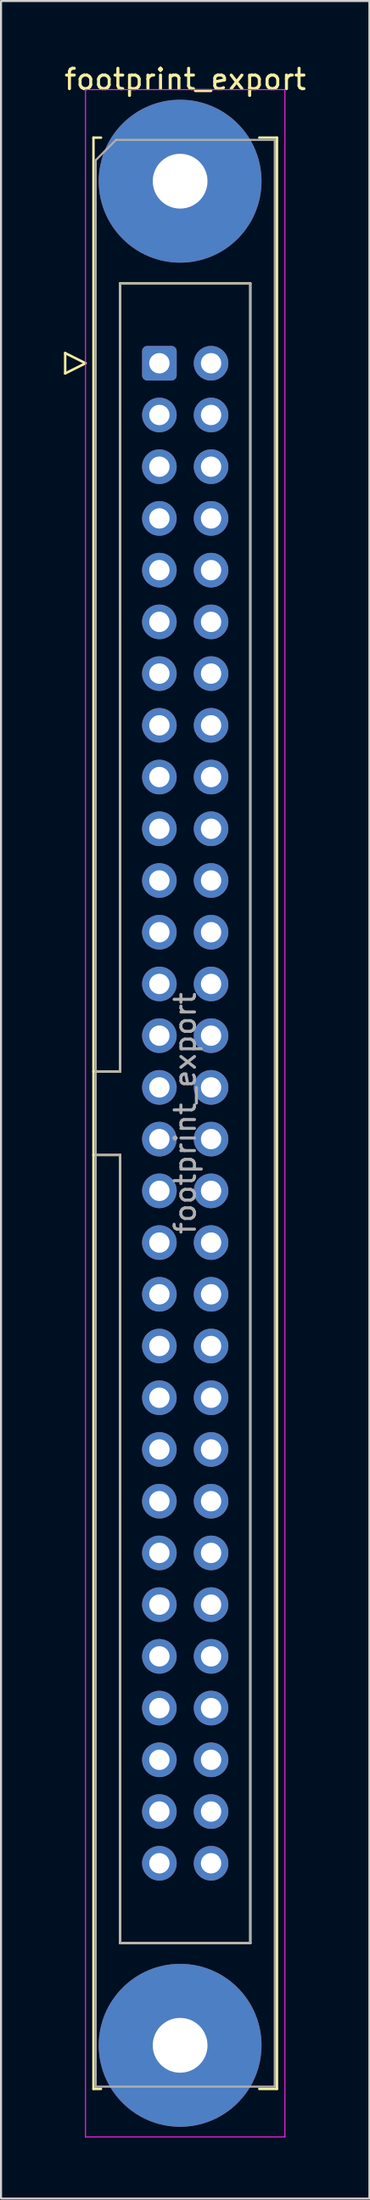
<source format=kicad_pcb>
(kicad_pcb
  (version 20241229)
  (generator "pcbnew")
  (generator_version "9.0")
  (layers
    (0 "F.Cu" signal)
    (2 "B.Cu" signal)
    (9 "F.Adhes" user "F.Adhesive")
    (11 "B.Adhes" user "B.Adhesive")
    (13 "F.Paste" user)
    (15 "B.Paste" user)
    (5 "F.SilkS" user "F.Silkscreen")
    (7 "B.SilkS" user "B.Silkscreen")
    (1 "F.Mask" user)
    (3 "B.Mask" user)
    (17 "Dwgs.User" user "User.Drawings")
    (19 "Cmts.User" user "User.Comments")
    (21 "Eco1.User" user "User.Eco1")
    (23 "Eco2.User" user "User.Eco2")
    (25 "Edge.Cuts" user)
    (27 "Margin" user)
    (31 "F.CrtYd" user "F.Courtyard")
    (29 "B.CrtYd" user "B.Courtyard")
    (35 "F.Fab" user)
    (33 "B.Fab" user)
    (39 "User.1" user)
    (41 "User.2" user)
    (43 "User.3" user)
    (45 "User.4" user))
  (footprint "footprint_export"
    (layer "F.Cu")
    (at 4.784 14.788)
    (property "Reference" "footprint_export" (at 1.27 -13.94 0) (layer "F.SilkS") (effects (font (size 1 1) (thickness 0.15))))
    (attr through_hole)
    (fp_line (start -4.63 -0.5) (end -4.63 0.5) (stroke (width 0.12) (type solid)) (layer "F.SilkS"))
    (fp_line (start -4.63 0.5) (end -3.63 0) (stroke (width 0.12) (type solid)) (layer "F.SilkS"))
    (fp_line (start -3.63 0) (end -4.63 -0.5) (stroke (width 0.12) (type solid)) (layer "F.SilkS"))
    (fp_line (start -3.24 -11.08) (end -3.24 84.74) (stroke (width 0.12) (type solid)) (layer "F.SilkS"))
    (fp_line (start -3.24 34.78) (end -1.93 34.78) (stroke (width 0.12) (type solid)) (layer "F.SilkS"))
    (fp_line (start -3.24 84.74) (end -2.87 84.74) (stroke (width 0.12) (type solid)) (layer "F.SilkS"))
    (fp_line (start -2.87 -11.08) (end -3.24 -11.08) (stroke (width 0.12) (type solid)) (layer "F.SilkS"))
    (fp_line (start -1.93 -3.92) (end 4.47 -3.92) (stroke (width 0.12) (type solid)) (layer "F.SilkS"))
    (fp_line (start -1.93 34.78) (end -1.93 -3.92) (stroke (width 0.12) (type solid)) (layer "F.SilkS"))
    (fp_line (start -1.93 38.88) (end -3.24 38.88) (stroke (width 0.12) (type solid)) (layer "F.SilkS"))
    (fp_line (start -1.93 38.88) (end -1.93 38.88) (stroke (width 0.12) (type solid)) (layer "F.SilkS"))
    (fp_line (start -1.93 77.58) (end -1.93 38.88) (stroke (width 0.12) (type solid)) (layer "F.SilkS"))
    (fp_line (start 4.47 -3.92) (end 4.47 77.58) (stroke (width 0.12) (type solid)) (layer "F.SilkS"))
    (fp_line (start 4.47 77.58) (end -1.93 77.58) (stroke (width 0.12) (type solid)) (layer "F.SilkS"))
    (fp_line (start 4.91 -11.08) (end 5.78 -11.08) (stroke (width 0.12) (type solid)) (layer "F.SilkS"))
    (fp_line (start 5.78 -11.08) (end 5.78 84.74) (stroke (width 0.12) (type solid)) (layer "F.SilkS"))
    (fp_line (start 5.78 84.74) (end 4.91 84.74) (stroke (width 0.12) (type solid)) (layer "F.SilkS"))
    (fp_line (start -3.63 -13.44) (end -3.63 87.1) (stroke (width 0.05) (type solid)) (layer "F.CrtYd"))
    (fp_line (start -3.63 87.1) (end 6.17 87.1) (stroke (width 0.05) (type solid)) (layer "F.CrtYd"))
    (fp_line (start 6.17 -13.44) (end -3.63 -13.44) (stroke (width 0.05) (type solid)) (layer "F.CrtYd"))
    (fp_line (start 6.17 87.1) (end 6.17 -13.44) (stroke (width 0.05) (type solid)) (layer "F.CrtYd"))
    (fp_line (start -3.13 -9.97) (end -2.13 -10.97) (stroke (width 0.1) (type solid)) (layer "F.Fab"))
    (fp_line (start -3.13 34.78) (end -1.93 34.78) (stroke (width 0.1) (type solid)) (layer "F.Fab"))
    (fp_line (start -3.13 84.63) (end -3.13 -9.97) (stroke (width 0.1) (type solid)) (layer "F.Fab"))
    (fp_line (start -2.13 -10.97) (end 5.67 -10.97) (stroke (width 0.1) (type solid)) (layer "F.Fab"))
    (fp_line (start -1.93 -3.92) (end 4.47 -3.92) (stroke (width 0.1) (type solid)) (layer "F.Fab"))
    (fp_line (start -1.93 34.78) (end -1.93 -3.92) (stroke (width 0.1) (type solid)) (layer "F.Fab"))
    (fp_line (start -1.93 38.88) (end -3.13 38.88) (stroke (width 0.1) (type solid)) (layer "F.Fab"))
    (fp_line (start -1.93 38.88) (end -1.93 38.88) (stroke (width 0.1) (type solid)) (layer "F.Fab"))
    (fp_line (start -1.93 77.58) (end -1.93 38.88) (stroke (width 0.1) (type solid)) (layer "F.Fab"))
    (fp_line (start 4.47 -3.92) (end 4.47 77.58) (stroke (width 0.1) (type solid)) (layer "F.Fab"))
    (fp_line (start 4.47 77.58) (end -1.93 77.58) (stroke (width 0.1) (type solid)) (layer "F.Fab"))
    (fp_line (start 5.67 -10.97) (end 5.67 84.63) (stroke (width 0.1) (type solid)) (layer "F.Fab"))
    (fp_line (start 5.67 84.63) (end -3.13 84.63) (stroke (width 0.1) (type solid)) (layer "F.Fab"))
    (fp_text user "${REFERENCE}" (at 1.27 36.83 90) (layer "F.Fab") (effects (font (size 1 1) (thickness 0.15))))
    (pad "1" thru_hole roundrect (at 0 0) (size 1.7 1.7) (drill 1) (layers "*.Cu" "*.Mask") (roundrect_rratio 0.147))
    (pad "2" thru_hole circle (at 2.54 0) (size 1.7 1.7) (drill 1) (layers "*.Cu" "*.Mask"))
    (pad "3" thru_hole circle (at 0 2.54) (size 1.7 1.7) (drill 1) (layers "*.Cu" "*.Mask"))
    (pad "4" thru_hole circle (at 2.54 2.54) (size 1.7 1.7) (drill 1) (layers "*.Cu" "*.Mask"))
    (pad "5" thru_hole circle (at 0 5.08) (size 1.7 1.7) (drill 1) (layers "*.Cu" "*.Mask"))
    (pad "6" thru_hole circle (at 2.54 5.08) (size 1.7 1.7) (drill 1) (layers "*.Cu" "*.Mask"))
    (pad "7" thru_hole circle (at 0 7.62) (size 1.7 1.7) (drill 1) (layers "*.Cu" "*.Mask"))
    (pad "8" thru_hole circle (at 2.54 7.62) (size 1.7 1.7) (drill 1) (layers "*.Cu" "*.Mask"))
    (pad "9" thru_hole circle (at 0 10.16) (size 1.7 1.7) (drill 1) (layers "*.Cu" "*.Mask"))
    (pad "10" thru_hole circle (at 2.54 10.16) (size 1.7 1.7) (drill 1) (layers "*.Cu" "*.Mask"))
    (pad "11" thru_hole circle (at 0 12.7) (size 1.7 1.7) (drill 1) (layers "*.Cu" "*.Mask"))
    (pad "12" thru_hole circle (at 2.54 12.7) (size 1.7 1.7) (drill 1) (layers "*.Cu" "*.Mask"))
    (pad "13" thru_hole circle (at 0 15.24) (size 1.7 1.7) (drill 1) (layers "*.Cu" "*.Mask"))
    (pad "14" thru_hole circle (at 2.54 15.24) (size 1.7 1.7) (drill 1) (layers "*.Cu" "*.Mask"))
    (pad "15" thru_hole circle (at 0 17.78) (size 1.7 1.7) (drill 1) (layers "*.Cu" "*.Mask"))
    (pad "16" thru_hole circle (at 2.54 17.78) (size 1.7 1.7) (drill 1) (layers "*.Cu" "*.Mask"))
    (pad "17" thru_hole circle (at 0 20.32) (size 1.7 1.7) (drill 1) (layers "*.Cu" "*.Mask"))
    (pad "18" thru_hole circle (at 2.54 20.32) (size 1.7 1.7) (drill 1) (layers "*.Cu" "*.Mask"))
    (pad "19" thru_hole circle (at 0 22.86) (size 1.7 1.7) (drill 1) (layers "*.Cu" "*.Mask"))
    (pad "20" thru_hole circle (at 2.54 22.86) (size 1.7 1.7) (drill 1) (layers "*.Cu" "*.Mask"))
    (pad "21" thru_hole circle (at 0 25.4) (size 1.7 1.7) (drill 1) (layers "*.Cu" "*.Mask"))
    (pad "22" thru_hole circle (at 2.54 25.4) (size 1.7 1.7) (drill 1) (layers "*.Cu" "*.Mask"))
    (pad "23" thru_hole circle (at 0 27.94) (size 1.7 1.7) (drill 1) (layers "*.Cu" "*.Mask"))
    (pad "24" thru_hole circle (at 2.54 27.94) (size 1.7 1.7) (drill 1) (layers "*.Cu" "*.Mask"))
    (pad "25" thru_hole circle (at 0 30.48) (size 1.7 1.7) (drill 1) (layers "*.Cu" "*.Mask"))
    (pad "26" thru_hole circle (at 2.54 30.48) (size 1.7 1.7) (drill 1) (layers "*.Cu" "*.Mask"))
    (pad "27" thru_hole circle (at 0 33.02) (size 1.7 1.7) (drill 1) (layers "*.Cu" "*.Mask"))
    (pad "28" thru_hole circle (at 2.54 33.02) (size 1.7 1.7) (drill 1) (layers "*.Cu" "*.Mask"))
    (pad "29" thru_hole circle (at 0 35.56) (size 1.7 1.7) (drill 1) (layers "*.Cu" "*.Mask"))
    (pad "30" thru_hole circle (at 2.54 35.56) (size 1.7 1.7) (drill 1) (layers "*.Cu" "*.Mask"))
    (pad "31" thru_hole circle (at 0 38.1) (size 1.7 1.7) (drill 1) (layers "*.Cu" "*.Mask"))
    (pad "32" thru_hole circle (at 2.54 38.1) (size 1.7 1.7) (drill 1) (layers "*.Cu" "*.Mask"))
    (pad "33" thru_hole circle (at 0 40.64) (size 1.7 1.7) (drill 1) (layers "*.Cu" "*.Mask"))
    (pad "34" thru_hole circle (at 2.54 40.64) (size 1.7 1.7) (drill 1) (layers "*.Cu" "*.Mask"))
    (pad "35" thru_hole circle (at 0 43.18) (size 1.7 1.7) (drill 1) (layers "*.Cu" "*.Mask"))
    (pad "36" thru_hole circle (at 2.54 43.18) (size 1.7 1.7) (drill 1) (layers "*.Cu" "*.Mask"))
    (pad "37" thru_hole circle (at 0 45.72) (size 1.7 1.7) (drill 1) (layers "*.Cu" "*.Mask"))
    (pad "38" thru_hole circle (at 2.54 45.72) (size 1.7 1.7) (drill 1) (layers "*.Cu" "*.Mask"))
    (pad "39" thru_hole circle (at 0 48.26) (size 1.7 1.7) (drill 1) (layers "*.Cu" "*.Mask"))
    (pad "40" thru_hole circle (at 2.54 48.26) (size 1.7 1.7) (drill 1) (layers "*.Cu" "*.Mask"))
    (pad "41" thru_hole circle (at 0 50.8) (size 1.7 1.7) (drill 1) (layers "*.Cu" "*.Mask"))
    (pad "42" thru_hole circle (at 2.54 50.8) (size 1.7 1.7) (drill 1) (layers "*.Cu" "*.Mask"))
    (pad "43" thru_hole circle (at 0 53.34) (size 1.7 1.7) (drill 1) (layers "*.Cu" "*.Mask"))
    (pad "44" thru_hole circle (at 2.54 53.34) (size 1.7 1.7) (drill 1) (layers "*.Cu" "*.Mask"))
    (pad "45" thru_hole circle (at 0 55.88) (size 1.7 1.7) (drill 1) (layers "*.Cu" "*.Mask"))
    (pad "46" thru_hole circle (at 2.54 55.88) (size 1.7 1.7) (drill 1) (layers "*.Cu" "*.Mask"))
    (pad "47" thru_hole circle (at 0 58.42) (size 1.7 1.7) (drill 1) (layers "*.Cu" "*.Mask"))
    (pad "48" thru_hole circle (at 2.54 58.42) (size 1.7 1.7) (drill 1) (layers "*.Cu" "*.Mask"))
    (pad "49" thru_hole circle (at 0 60.96) (size 1.7 1.7) (drill 1) (layers "*.Cu" "*.Mask"))
    (pad "50" thru_hole circle (at 2.54 60.96) (size 1.7 1.7) (drill 1) (layers "*.Cu" "*.Mask"))
    (pad "51" thru_hole circle (at 0 63.5) (size 1.7 1.7) (drill 1) (layers "*.Cu" "*.Mask"))
    (pad "52" thru_hole circle (at 2.54 63.5) (size 1.7 1.7) (drill 1) (layers "*.Cu" "*.Mask"))
    (pad "53" thru_hole circle (at 0 66.04) (size 1.7 1.7) (drill 1) (layers "*.Cu" "*.Mask"))
    (pad "54" thru_hole circle (at 2.54 66.04) (size 1.7 1.7) (drill 1) (layers "*.Cu" "*.Mask"))
    (pad "55" thru_hole circle (at 0 68.58) (size 1.7 1.7) (drill 1) (layers "*.Cu" "*.Mask"))
    (pad "56" thru_hole circle (at 2.54 68.58) (size 1.7 1.7) (drill 1) (layers "*.Cu" "*.Mask"))
    (pad "57" thru_hole circle (at 0 71.12) (size 1.7 1.7) (drill 1) (layers "*.Cu" "*.Mask"))
    (pad "58" thru_hole circle (at 2.54 71.12) (size 1.7 1.7) (drill 1) (layers "*.Cu" "*.Mask"))
    (pad "59" thru_hole circle (at 0 73.66) (size 1.7 1.7) (drill 1) (layers "*.Cu" "*.Mask"))
    (pad "60" thru_hole circle (at 2.54 73.66) (size 1.7 1.7) (drill 1) (layers "*.Cu" "*.Mask"))
    (pad "MP" thru_hole circle (at 1.02 -8.94) (size 8 8) (drill 2.69) (layers "*.Cu" "*.Mask"))
    (pad "MP" thru_hole circle (at 1.02 82.6) (size 8 8) (drill 2.69) (layers "*.Cu" "*.Mask")))
  (gr_rect
    (start -3 -3)
    (end 15.107 104.913)
    (stroke (width 0.1) (type default))
    (fill no)
    (layer "Edge.Cuts")))
</source>
